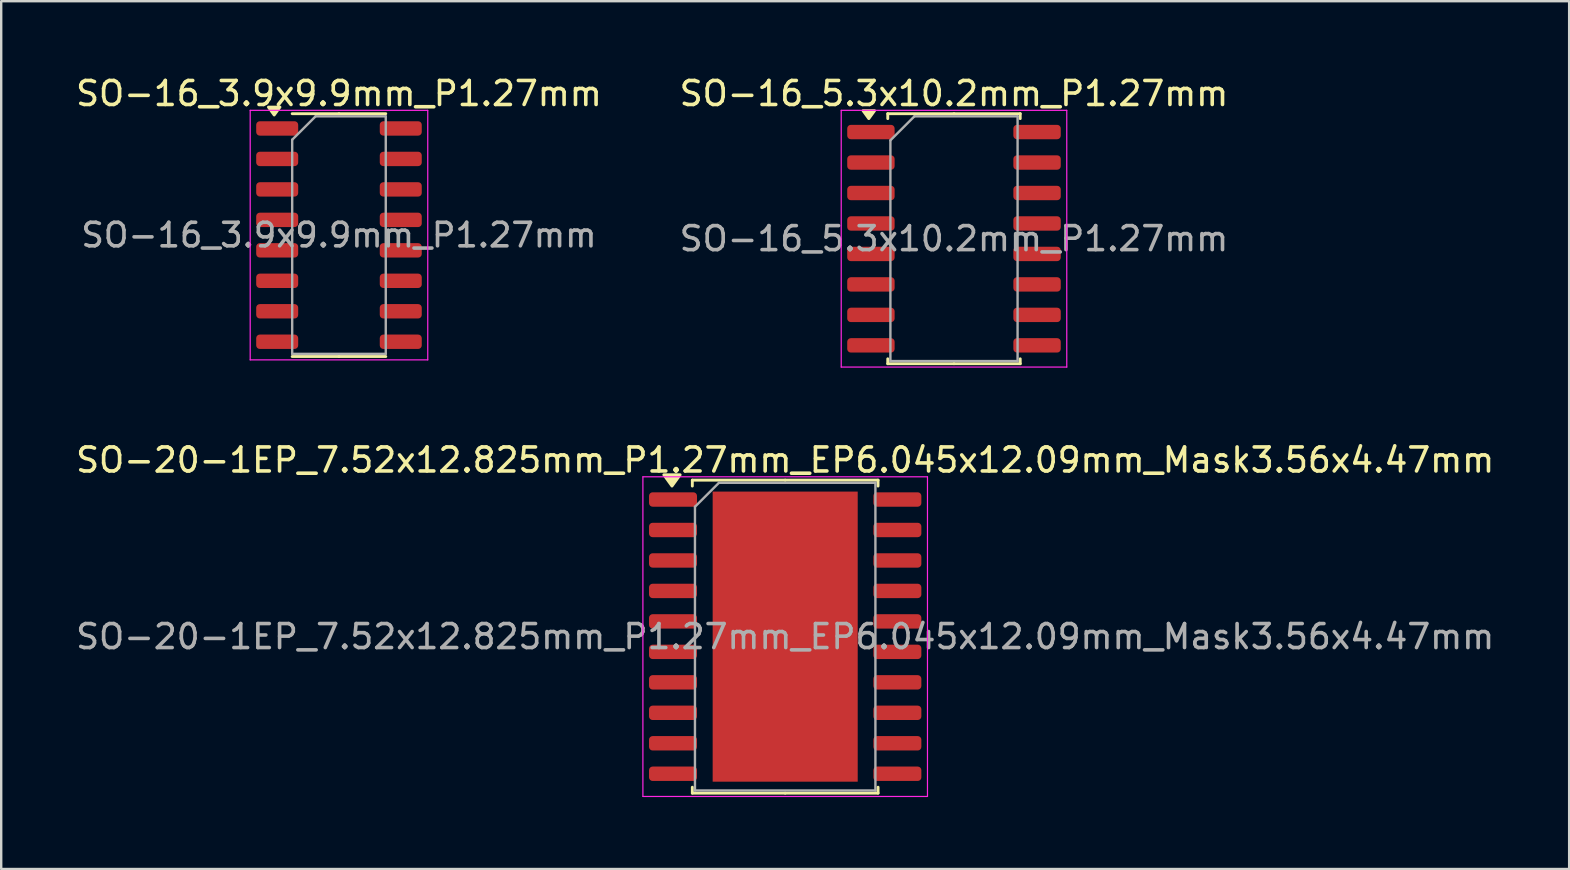
<source format=kicad_pcb>
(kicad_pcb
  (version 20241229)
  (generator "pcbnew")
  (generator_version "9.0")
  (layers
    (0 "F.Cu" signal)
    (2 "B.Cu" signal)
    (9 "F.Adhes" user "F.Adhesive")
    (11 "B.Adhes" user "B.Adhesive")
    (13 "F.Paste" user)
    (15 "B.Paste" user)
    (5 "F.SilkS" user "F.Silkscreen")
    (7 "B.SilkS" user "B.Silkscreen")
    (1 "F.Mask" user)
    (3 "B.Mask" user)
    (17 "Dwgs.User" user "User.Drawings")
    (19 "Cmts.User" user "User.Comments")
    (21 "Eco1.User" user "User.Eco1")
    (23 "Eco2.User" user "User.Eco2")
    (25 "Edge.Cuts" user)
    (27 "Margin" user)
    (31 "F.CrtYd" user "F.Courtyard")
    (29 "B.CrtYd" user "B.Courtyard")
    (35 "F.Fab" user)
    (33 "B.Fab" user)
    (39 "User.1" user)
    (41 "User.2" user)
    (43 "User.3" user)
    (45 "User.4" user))
  (footprint "SO-16_3.9x9.9mm_P1.27mm"
    (layer "F.Cu")
    (at 11.077 6.748)
    (property "Reference" "SO-16_3.9x9.9mm_P1.27mm" (at 0 -5.9 0) (layer "F.SilkS") (effects (font (size 1 1) (thickness 0.15))))
    (attr smd)
    (fp_line (start 0 -5.06) (end -1.95 -5.06) (stroke (width 0.12) (type solid)) (layer "F.SilkS"))
    (fp_line (start 0 -5.06) (end 1.95 -5.06) (stroke (width 0.12) (type solid)) (layer "F.SilkS"))
    (fp_line (start 0 5.06) (end -1.95 5.06) (stroke (width 0.12) (type solid)) (layer "F.SilkS"))
    (fp_line (start 0 5.06) (end 1.95 5.06) (stroke (width 0.12) (type solid)) (layer "F.SilkS"))
    (fp_poly (pts (xy -2.7 -5.005) (xy -2.94 -5.335) (xy -2.46 -5.335) (xy -2.7 -5.005)) (stroke (width 0.12) (type solid)) (fill yes) (layer "F.SilkS"))
    (fp_line (start -3.7 -5.2) (end -3.7 5.2) (stroke (width 0.05) (type solid)) (layer "F.CrtYd"))
    (fp_line (start -3.7 5.2) (end 3.7 5.2) (stroke (width 0.05) (type solid)) (layer "F.CrtYd"))
    (fp_line (start 3.7 -5.2) (end -3.7 -5.2) (stroke (width 0.05) (type solid)) (layer "F.CrtYd"))
    (fp_line (start 3.7 5.2) (end 3.7 -5.2) (stroke (width 0.05) (type solid)) (layer "F.CrtYd"))
    (fp_line (start -1.95 -3.975) (end -0.975 -4.95) (stroke (width 0.1) (type solid)) (layer "F.Fab"))
    (fp_line (start -1.95 4.95) (end -1.95 -3.975) (stroke (width 0.1) (type solid)) (layer "F.Fab"))
    (fp_line (start -0.975 -4.95) (end 1.95 -4.95) (stroke (width 0.1) (type solid)) (layer "F.Fab"))
    (fp_line (start 1.95 -4.95) (end 1.95 4.95) (stroke (width 0.1) (type solid)) (layer "F.Fab"))
    (fp_line (start 1.95 4.95) (end -1.95 4.95) (stroke (width 0.1) (type solid)) (layer "F.Fab"))
    (fp_text user "${REFERENCE}" (at 0 0 0) (layer "F.Fab") (effects (font (size 0.98 0.98) (thickness 0.15))))
    (pad "1" smd roundrect (at -2.575 -4.445) (size 1.75 0.6) (layers "F.Cu" "F.Mask" "F.Paste") (roundrect_rratio 0.25))
    (pad "2" smd roundrect (at -2.575 -3.175) (size 1.75 0.6) (layers "F.Cu" "F.Mask" "F.Paste") (roundrect_rratio 0.25))
    (pad "3" smd roundrect (at -2.575 -1.905) (size 1.75 0.6) (layers "F.Cu" "F.Mask" "F.Paste") (roundrect_rratio 0.25))
    (pad "4" smd roundrect (at -2.575 -0.635) (size 1.75 0.6) (layers "F.Cu" "F.Mask" "F.Paste") (roundrect_rratio 0.25))
    (pad "5" smd roundrect (at -2.575 0.635) (size 1.75 0.6) (layers "F.Cu" "F.Mask" "F.Paste") (roundrect_rratio 0.25))
    (pad "6" smd roundrect (at -2.575 1.905) (size 1.75 0.6) (layers "F.Cu" "F.Mask" "F.Paste") (roundrect_rratio 0.25))
    (pad "7" smd roundrect (at -2.575 3.175) (size 1.75 0.6) (layers "F.Cu" "F.Mask" "F.Paste") (roundrect_rratio 0.25))
    (pad "8" smd roundrect (at -2.575 4.445) (size 1.75 0.6) (layers "F.Cu" "F.Mask" "F.Paste") (roundrect_rratio 0.25))
    (pad "9" smd roundrect (at 2.575 4.445) (size 1.75 0.6) (layers "F.Cu" "F.Mask" "F.Paste") (roundrect_rratio 0.25))
    (pad "10" smd roundrect (at 2.575 3.175) (size 1.75 0.6) (layers "F.Cu" "F.Mask" "F.Paste") (roundrect_rratio 0.25))
    (pad "11" smd roundrect (at 2.575 1.905) (size 1.75 0.6) (layers "F.Cu" "F.Mask" "F.Paste") (roundrect_rratio 0.25))
    (pad "12" smd roundrect (at 2.575 0.635) (size 1.75 0.6) (layers "F.Cu" "F.Mask" "F.Paste") (roundrect_rratio 0.25))
    (pad "13" smd roundrect (at 2.575 -0.635) (size 1.75 0.6) (layers "F.Cu" "F.Mask" "F.Paste") (roundrect_rratio 0.25))
    (pad "14" smd roundrect (at 2.575 -1.905) (size 1.75 0.6) (layers "F.Cu" "F.Mask" "F.Paste") (roundrect_rratio 0.25))
    (pad "15" smd roundrect (at 2.575 -3.175) (size 1.75 0.6) (layers "F.Cu" "F.Mask" "F.Paste") (roundrect_rratio 0.25))
    (pad "16" smd roundrect (at 2.575 -4.445) (size 1.75 0.6) (layers "F.Cu" "F.Mask" "F.Paste") (roundrect_rratio 0.25)))
  (footprint "SO-16_5.3x10.2mm_P1.27mm"
    (layer "F.Cu")
    (at 36.708 6.898)
    (property "Reference" "SO-16_5.3x10.2mm_P1.27mm" (at 0 -6.05 0) (layer "F.SilkS") (effects (font (size 1 1) (thickness 0.15))))
    (attr smd)
    (fp_line (start -2.76 -5.21) (end -2.76 -5.005) (stroke (width 0.12) (type solid)) (layer "F.SilkS"))
    (fp_line (start -2.76 5.21) (end -2.76 5.005) (stroke (width 0.12) (type solid)) (layer "F.SilkS"))
    (fp_line (start 0 -5.21) (end -2.76 -5.21) (stroke (width 0.12) (type solid)) (layer "F.SilkS"))
    (fp_line (start 0 -5.21) (end 2.76 -5.21) (stroke (width 0.12) (type solid)) (layer "F.SilkS"))
    (fp_line (start 0 5.21) (end -2.76 5.21) (stroke (width 0.12) (type solid)) (layer "F.SilkS"))
    (fp_line (start 0 5.21) (end 2.76 5.21) (stroke (width 0.12) (type solid)) (layer "F.SilkS"))
    (fp_line (start 2.76 -5.21) (end 2.76 -5.005) (stroke (width 0.12) (type solid)) (layer "F.SilkS"))
    (fp_line (start 2.76 5.21) (end 2.76 5.005) (stroke (width 0.12) (type solid)) (layer "F.SilkS"))
    (fp_poly (pts (xy -3.55 -5.005) (xy -3.79 -5.335) (xy -3.31 -5.335) (xy -3.55 -5.005)) (stroke (width 0.12) (type solid)) (fill yes) (layer "F.SilkS"))
    (fp_line (start -4.7 -5.35) (end -4.7 5.35) (stroke (width 0.05) (type solid)) (layer "F.CrtYd"))
    (fp_line (start -4.7 5.35) (end 4.7 5.35) (stroke (width 0.05) (type solid)) (layer "F.CrtYd"))
    (fp_line (start 4.7 -5.35) (end -4.7 -5.35) (stroke (width 0.05) (type solid)) (layer "F.CrtYd"))
    (fp_line (start 4.7 5.35) (end 4.7 -5.35) (stroke (width 0.05) (type solid)) (layer "F.CrtYd"))
    (fp_line (start -2.65 -4.1) (end -1.65 -5.1) (stroke (width 0.1) (type solid)) (layer "F.Fab"))
    (fp_line (start -2.65 5.1) (end -2.65 -4.1) (stroke (width 0.1) (type solid)) (layer "F.Fab"))
    (fp_line (start -1.65 -5.1) (end 2.65 -5.1) (stroke (width 0.1) (type solid)) (layer "F.Fab"))
    (fp_line (start 2.65 -5.1) (end 2.65 5.1) (stroke (width 0.1) (type solid)) (layer "F.Fab"))
    (fp_line (start 2.65 5.1) (end -2.65 5.1) (stroke (width 0.1) (type solid)) (layer "F.Fab"))
    (fp_text user "${REFERENCE}" (at 0 0 0) (layer "F.Fab") (effects (font (size 1 1) (thickness 0.15))))
    (pad "1" smd roundrect (at -3.462 -4.445) (size 1.975 0.6) (layers "F.Cu" "F.Mask" "F.Paste") (roundrect_rratio 0.25))
    (pad "2" smd roundrect (at -3.462 -3.175) (size 1.975 0.6) (layers "F.Cu" "F.Mask" "F.Paste") (roundrect_rratio 0.25))
    (pad "3" smd roundrect (at -3.462 -1.905) (size 1.975 0.6) (layers "F.Cu" "F.Mask" "F.Paste") (roundrect_rratio 0.25))
    (pad "4" smd roundrect (at -3.462 -0.635) (size 1.975 0.6) (layers "F.Cu" "F.Mask" "F.Paste") (roundrect_rratio 0.25))
    (pad "5" smd roundrect (at -3.462 0.635) (size 1.975 0.6) (layers "F.Cu" "F.Mask" "F.Paste") (roundrect_rratio 0.25))
    (pad "6" smd roundrect (at -3.462 1.905) (size 1.975 0.6) (layers "F.Cu" "F.Mask" "F.Paste") (roundrect_rratio 0.25))
    (pad "7" smd roundrect (at -3.462 3.175) (size 1.975 0.6) (layers "F.Cu" "F.Mask" "F.Paste") (roundrect_rratio 0.25))
    (pad "8" smd roundrect (at -3.462 4.445) (size 1.975 0.6) (layers "F.Cu" "F.Mask" "F.Paste") (roundrect_rratio 0.25))
    (pad "9" smd roundrect (at 3.462 4.445) (size 1.975 0.6) (layers "F.Cu" "F.Mask" "F.Paste") (roundrect_rratio 0.25))
    (pad "10" smd roundrect (at 3.462 3.175) (size 1.975 0.6) (layers "F.Cu" "F.Mask" "F.Paste") (roundrect_rratio 0.25))
    (pad "11" smd roundrect (at 3.462 1.905) (size 1.975 0.6) (layers "F.Cu" "F.Mask" "F.Paste") (roundrect_rratio 0.25))
    (pad "12" smd roundrect (at 3.462 0.635) (size 1.975 0.6) (layers "F.Cu" "F.Mask" "F.Paste") (roundrect_rratio 0.25))
    (pad "13" smd roundrect (at 3.462 -0.635) (size 1.975 0.6) (layers "F.Cu" "F.Mask" "F.Paste") (roundrect_rratio 0.25))
    (pad "14" smd roundrect (at 3.462 -1.905) (size 1.975 0.6) (layers "F.Cu" "F.Mask" "F.Paste") (roundrect_rratio 0.25))
    (pad "15" smd roundrect (at 3.462 -3.175) (size 1.975 0.6) (layers "F.Cu" "F.Mask" "F.Paste") (roundrect_rratio 0.25))
    (pad "16" smd roundrect (at 3.462 -4.445) (size 1.975 0.6) (layers "F.Cu" "F.Mask" "F.Paste") (roundrect_rratio 0.25)))
  (footprint "SO-20-1EP_7.52x12.825mm_P1.27mm_EP6.045x12.09mm_Mask3.56x4.47mm"
    (layer "F.Cu")
    (at 29.673 23.482)
    (property "Reference" "SO-20-1EP_7.52x12.825mm_P1.27mm_EP6.045x12.09mm_Mask3.56x4.47mm" (at 0 -7.36 0) (layer "F.SilkS") (effects (font (size 1 1) (thickness 0.15))))
    (attr smd)
    (fp_line (start -3.87 -6.522) (end -3.87 -6.275) (stroke (width 0.12) (type solid)) (layer "F.SilkS"))
    (fp_line (start -3.87 6.522) (end -3.87 6.275) (stroke (width 0.12) (type solid)) (layer "F.SilkS"))
    (fp_line (start 0 -6.522) (end -3.87 -6.522) (stroke (width 0.12) (type solid)) (layer "F.SilkS"))
    (fp_line (start 0 -6.522) (end 3.87 -6.522) (stroke (width 0.12) (type solid)) (layer "F.SilkS"))
    (fp_line (start 0 6.522) (end -3.87 6.522) (stroke (width 0.12) (type solid)) (layer "F.SilkS"))
    (fp_line (start 0 6.522) (end 3.87 6.522) (stroke (width 0.12) (type solid)) (layer "F.SilkS"))
    (fp_line (start 3.87 -6.522) (end 3.87 -6.275) (stroke (width 0.12) (type solid)) (layer "F.SilkS"))
    (fp_line (start 3.87 6.522) (end 3.87 6.275) (stroke (width 0.12) (type solid)) (layer "F.SilkS"))
    (fp_poly (pts (xy -4.718 -6.275) (xy -5.058 -6.745) (xy -4.378 -6.745) (xy -4.718 -6.275)) (stroke (width 0.12) (type solid)) (fill yes) (layer "F.SilkS"))
    (fp_line (start -5.93 -6.66) (end -5.93 6.66) (stroke (width 0.05) (type solid)) (layer "F.CrtYd"))
    (fp_line (start -5.93 6.66) (end 5.93 6.66) (stroke (width 0.05) (type solid)) (layer "F.CrtYd"))
    (fp_line (start 5.93 -6.66) (end -5.93 -6.66) (stroke (width 0.05) (type solid)) (layer "F.CrtYd"))
    (fp_line (start 5.93 6.66) (end 5.93 -6.66) (stroke (width 0.05) (type solid)) (layer "F.CrtYd"))
    (fp_line (start -3.76 -5.412) (end -2.76 -6.412) (stroke (width 0.1) (type solid)) (layer "F.Fab"))
    (fp_line (start -3.76 6.412) (end -3.76 -5.412) (stroke (width 0.1) (type solid)) (layer "F.Fab"))
    (fp_line (start -2.76 -6.412) (end 3.76 -6.412) (stroke (width 0.1) (type solid)) (layer "F.Fab"))
    (fp_line (start 3.76 -6.412) (end 3.76 6.412) (stroke (width 0.1) (type solid)) (layer "F.Fab"))
    (fp_line (start 3.76 6.412) (end -3.76 6.412) (stroke (width 0.1) (type solid)) (layer "F.Fab"))
    (fp_text user "${REFERENCE}" (at 0 0 0) (layer "F.Fab") (effects (font (size 1 1) (thickness 0.15))))
    (pad "" smd roundrect (at 0 0) (size 2.87 3.6) (layers "F.Paste") (roundrect_rratio 0.087))
    (pad "" smd rect (at 0 0) (size 3.56 4.47) (layers "F.Mask"))
    (pad "1" smd roundrect (at -4.675 -5.715) (size 2 0.6) (layers "F.Cu" "F.Mask" "F.Paste") (roundrect_rratio 0.25))
    (pad "2" smd roundrect (at -4.675 -4.445) (size 2 0.6) (layers "F.Cu" "F.Mask" "F.Paste") (roundrect_rratio 0.25))
    (pad "3" smd roundrect (at -4.675 -3.175) (size 2 0.6) (layers "F.Cu" "F.Mask" "F.Paste") (roundrect_rratio 0.25))
    (pad "4" smd roundrect (at -4.675 -1.905) (size 2 0.6) (layers "F.Cu" "F.Mask" "F.Paste") (roundrect_rratio 0.25))
    (pad "5" smd roundrect (at -4.675 -0.635) (size 2 0.6) (layers "F.Cu" "F.Mask" "F.Paste") (roundrect_rratio 0.25))
    (pad "6" smd roundrect (at -4.675 0.635) (size 2 0.6) (layers "F.Cu" "F.Mask" "F.Paste") (roundrect_rratio 0.25))
    (pad "7" smd roundrect (at -4.675 1.905) (size 2 0.6) (layers "F.Cu" "F.Mask" "F.Paste") (roundrect_rratio 0.25))
    (pad "8" smd roundrect (at -4.675 3.175) (size 2 0.6) (layers "F.Cu" "F.Mask" "F.Paste") (roundrect_rratio 0.25))
    (pad "9" smd roundrect (at -4.675 4.445) (size 2 0.6) (layers "F.Cu" "F.Mask" "F.Paste") (roundrect_rratio 0.25))
    (pad "10" smd roundrect (at -4.675 5.715) (size 2 0.6) (layers "F.Cu" "F.Mask" "F.Paste") (roundrect_rratio 0.25))
    (pad "11" smd roundrect (at 4.675 5.715) (size 2 0.6) (layers "F.Cu" "F.Mask" "F.Paste") (roundrect_rratio 0.25))
    (pad "12" smd roundrect (at 4.675 4.445) (size 2 0.6) (layers "F.Cu" "F.Mask" "F.Paste") (roundrect_rratio 0.25))
    (pad "13" smd roundrect (at 4.675 3.175) (size 2 0.6) (layers "F.Cu" "F.Mask" "F.Paste") (roundrect_rratio 0.25))
    (pad "14" smd roundrect (at 4.675 1.905) (size 2 0.6) (layers "F.Cu" "F.Mask" "F.Paste") (roundrect_rratio 0.25))
    (pad "15" smd roundrect (at 4.675 0.635) (size 2 0.6) (layers "F.Cu" "F.Mask" "F.Paste") (roundrect_rratio 0.25))
    (pad "16" smd roundrect (at 4.675 -0.635) (size 2 0.6) (layers "F.Cu" "F.Mask" "F.Paste") (roundrect_rratio 0.25))
    (pad "17" smd roundrect (at 4.675 -1.905) (size 2 0.6) (layers "F.Cu" "F.Mask" "F.Paste") (roundrect_rratio 0.25))
    (pad "18" smd roundrect (at 4.675 -3.175) (size 2 0.6) (layers "F.Cu" "F.Mask" "F.Paste") (roundrect_rratio 0.25))
    (pad "19" smd roundrect (at 4.675 -4.445) (size 2 0.6) (layers "F.Cu" "F.Mask" "F.Paste") (roundrect_rratio 0.25))
    (pad "20" smd roundrect (at 4.675 -5.715) (size 2 0.6) (layers "F.Cu" "F.Mask" "F.Paste") (roundrect_rratio 0.25))
    (pad "21" smd rect (at 0 0) (size 6.045 12.09) (property pad_prop_heatsink) (layers "F.Cu")))
  (gr_rect
    (start -3 -3)
    (end 62.345 33.166)
    (stroke (width 0.1) (type default))
    (fill no)
    (layer "Edge.Cuts")))
</source>
